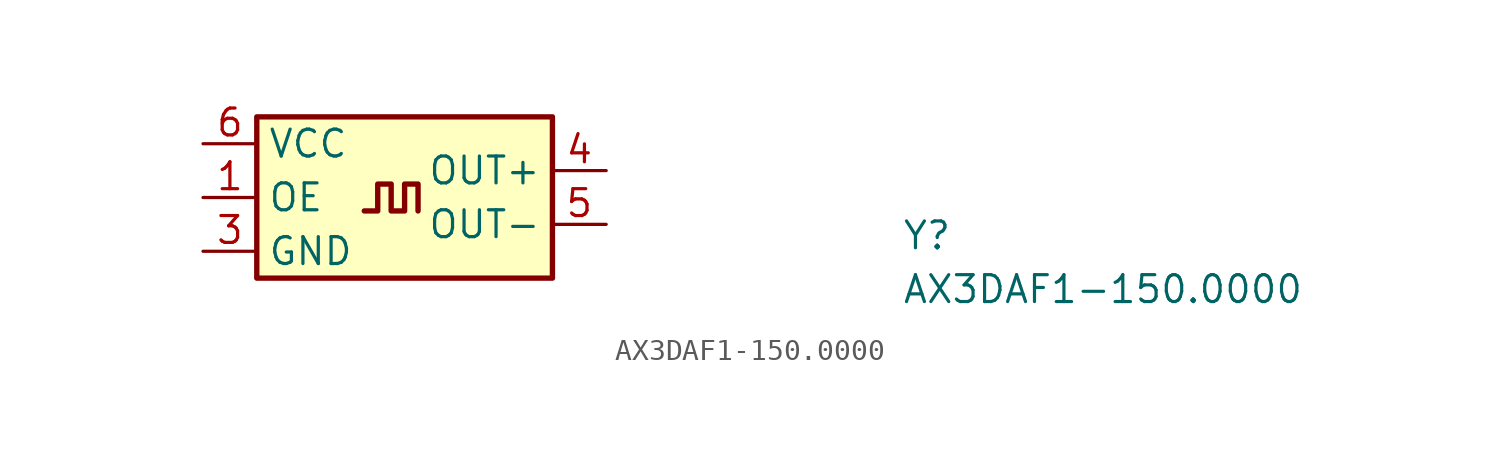
<source format=kicad_sym>
(kicad_symbol_lib
  (version 20211014)
  (generator kicad_symbol_editor)
  (symbol "AX3DAF1-150.0000"
    (property "Reference" "Y"
      (at 33.02 -5.08 0)
      (effects (font (size 1.27 1.27) (thickness 0.15)) (justify left bottom)))
    (property "Value" "AX3DAF1-150.0000"
      (at 33.02 -7.62 0)
      (effects (font (size 1.27 1.27) (thickness 0.15)) (justify left bottom)))
    (symbol "AX3DAF1-150.0000_1_1"
      (polyline (pts (xy 7.62 -3.175) (xy 8.255 -3.175) (xy 8.255 -1.905) (xy 8.89 -1.905) (xy 8.89 -3.175) (xy 9.525 -3.175) (xy 9.525 -1.905) (xy 10.16 -1.905) (xy 10.16 -3.175)) (stroke (width 0.254) (type default) (color 0 0 0 0)) (fill (type background)))
      (rectangle (start 2.54 1.27) (end 16.51 -6.35) (stroke (width 0.254) (type default) (color 0 0 0 0)) (fill (type background)))
      (pin input line (at 0 -2.54 0) (length 2.54) (name "OE" (effects (font (size 1.27 1.27)))) (number "1" (effects (font (size 1.27 1.27)))))
      (pin power_in line (at 0 -5.08 0) (length 2.54) (name "GND" (effects (font (size 1.27 1.27)))) (number "3" (effects (font (size 1.27 1.27)))))
      (pin output line (at 19.05 -1.27 180) (length 2.54) (name "OUT+" (effects (font (size 1.27 1.27)))) (number "4" (effects (font (size 1.27 1.27)))))
      (pin output line (at 19.05 -3.81 180) (length 2.54) (name "OUT-" (effects (font (size 1.27 1.27)))) (number "5" (effects (font (size 1.27 1.27)))))
      (pin power_in line (at 0 0 0) (length 2.54) (name "VCC" (effects (font (size 1.27 1.27)))) (number "6" (effects (font (size 1.27 1.27))))))))
</source>
